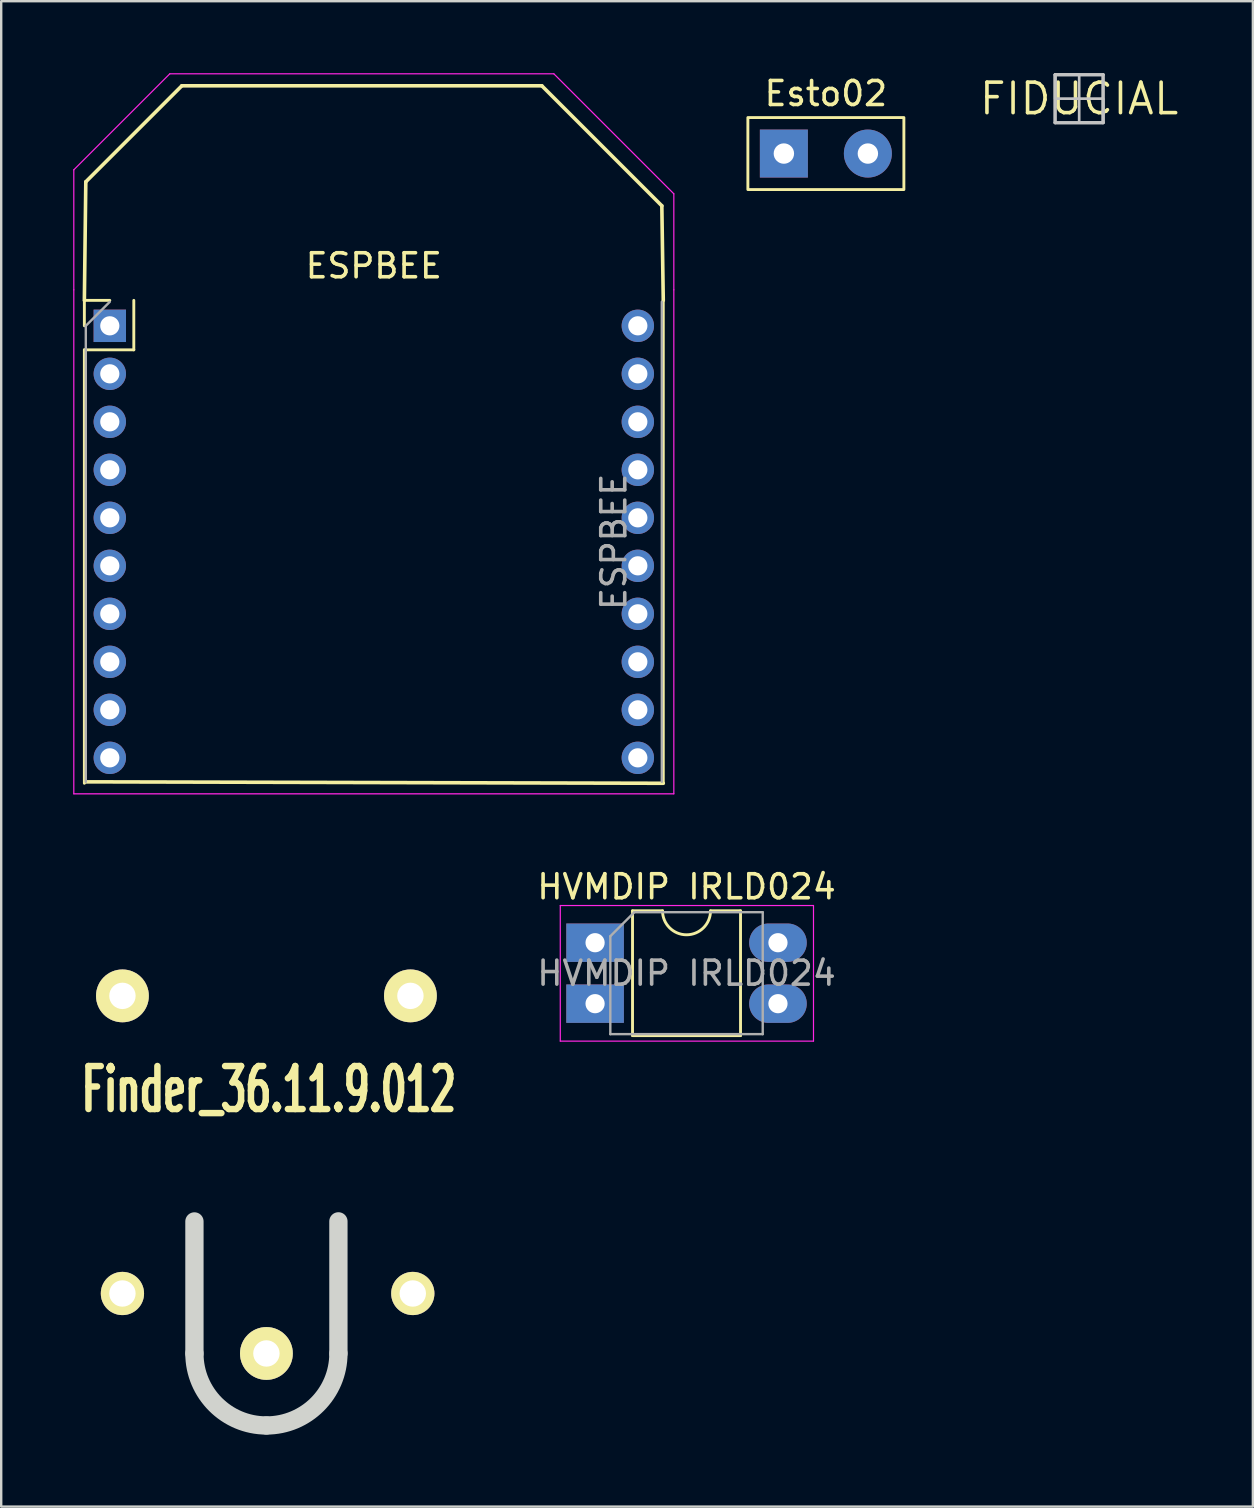
<source format=kicad_pcb>
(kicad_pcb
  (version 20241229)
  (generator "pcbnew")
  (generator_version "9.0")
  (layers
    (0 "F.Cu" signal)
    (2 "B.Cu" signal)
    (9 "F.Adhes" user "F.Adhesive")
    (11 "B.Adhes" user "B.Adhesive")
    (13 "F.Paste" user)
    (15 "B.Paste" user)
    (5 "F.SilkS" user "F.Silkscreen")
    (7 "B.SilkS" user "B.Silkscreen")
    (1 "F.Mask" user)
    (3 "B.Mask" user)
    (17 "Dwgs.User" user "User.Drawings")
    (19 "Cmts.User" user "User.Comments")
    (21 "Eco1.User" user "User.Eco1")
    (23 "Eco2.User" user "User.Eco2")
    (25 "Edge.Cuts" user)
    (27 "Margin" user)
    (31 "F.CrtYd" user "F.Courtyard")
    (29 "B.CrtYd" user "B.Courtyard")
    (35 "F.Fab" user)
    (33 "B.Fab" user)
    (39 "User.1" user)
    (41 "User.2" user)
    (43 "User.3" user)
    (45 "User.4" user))
  (footprint "Finder_36.11.9.012"
    (layer "F.Cu")
    (at 0.25 54.742)
    (property "Reference" "Finder_36.11.9.012" (at 7.899 -12.4 0) (layer "F.SilkS") (effects (font (size 1.791 1.077) (thickness 0.305))))
    (attr through_hole)
    (fp_line (start 0 -21.501) (end 15.4 -21.501) (stroke (width 0.381) (type solid)) (layer "B.Paste"))
    (fp_line (start 0 0) (end 0 -21.501) (stroke (width 0.381) (type solid)) (layer "B.Paste"))
    (fp_line (start 15.4 -21.501) (end 15.4 0) (stroke (width 0.381) (type solid)) (layer "B.Paste"))
    (fp_line (start 15.4 0) (end 0 0) (stroke (width 0.381) (type solid)) (layer "B.Paste"))
    (fp_line (start 4.801 -6.901) (end 4.801 -1.4) (stroke (width 0.762) (type solid)) (layer "Edge.Cuts"))
    (fp_line (start 10.8 -1.402) (end 10.8 -6.904) (stroke (width 0.762) (type solid)) (layer "Edge.Cuts"))
    (fp_arc (start 7.80034 1.6002) (mid 5.679204 0.721596) (end 4.8006 -1.39954) (stroke (width 0.762) (type solid)) (layer "Edge.Cuts"))
    (fp_arc (start 10.80008 -1.39954) (mid 9.921476 0.721596) (end 7.80034 1.6002) (stroke (width 0.762) (type solid)) (layer "Edge.Cuts"))
    (pad "1" thru_hole circle (at 1.801 -3.899) (size 1.801 1.801) (drill 1.1) (layers "*.Cu" "*.Mask" "F.SilkS"))
    (pad "2" thru_hole circle (at 13.899 -3.899) (size 1.801 1.801) (drill 1.1) (layers "*.Cu" "*.Mask" "F.SilkS"))
    (pad "3" thru_hole circle (at 7.8 -1.4) (size 2.2 2.2) (drill 1.1) (layers "*.Cu" "*.Mask" "F.SilkS"))
    (pad "4" thru_hole circle (at 1.801 -16.299) (size 2.2 2.2) (drill 1.1) (layers "*.Cu" "*.Mask" "F.SilkS"))
    (pad "5" thru_hole circle (at 13.8 -16.299) (size 2.2 2.2) (drill 1.1) (layers "*.Cu" "*.Mask" "F.SilkS")))
  (footprint "HVMDIP IRLD024"
    (layer "F.Cu")
    (at 21.744 36.228)
    (property "Reference" "HVMDIP IRLD024" (at 3.81 -2.33 0) (layer "F.SilkS") (effects (font (size 1 1) (thickness 0.15))))
    (attr through_hole)
    (fp_line (start 1.56 -1.33) (end 1.56 3.87) (stroke (width 0.12) (type solid)) (layer "F.SilkS"))
    (fp_line (start 1.56 3.87) (end 6.06 3.87) (stroke (width 0.12) (type solid)) (layer "F.SilkS"))
    (fp_line (start 2.81 -1.33) (end 1.56 -1.33) (stroke (width 0.12) (type solid)) (layer "F.SilkS"))
    (fp_line (start 6.06 -1.33) (end 4.81 -1.33) (stroke (width 0.12) (type solid)) (layer "F.SilkS"))
    (fp_line (start 6.06 3.87) (end 6.06 -1.33) (stroke (width 0.12) (type solid)) (layer "F.SilkS"))
    (fp_arc (start 4.81 -1.33) (mid 3.81 -0.33) (end 2.81 -1.33) (stroke (width 0.12) (type solid)) (layer "F.SilkS"))
    (fp_line (start -1.45 -1.55) (end -1.45 4.1) (stroke (width 0.05) (type solid)) (layer "F.CrtYd"))
    (fp_line (start -1.45 4.1) (end 9.1 4.1) (stroke (width 0.05) (type solid)) (layer "F.CrtYd"))
    (fp_line (start 9.1 -1.55) (end -1.45 -1.55) (stroke (width 0.05) (type solid)) (layer "F.CrtYd"))
    (fp_line (start 9.1 4.1) (end 9.1 -1.55) (stroke (width 0.05) (type solid)) (layer "F.CrtYd"))
    (fp_line (start 0.635 -0.27) (end 1.635 -1.27) (stroke (width 0.1) (type solid)) (layer "F.Fab"))
    (fp_line (start 0.635 3.81) (end 0.635 -0.27) (stroke (width 0.1) (type solid)) (layer "F.Fab"))
    (fp_line (start 1.635 -1.27) (end 6.985 -1.27) (stroke (width 0.1) (type solid)) (layer "F.Fab"))
    (fp_line (start 6.985 -1.27) (end 6.985 3.81) (stroke (width 0.1) (type solid)) (layer "F.Fab"))
    (fp_line (start 6.985 3.81) (end 0.635 3.81) (stroke (width 0.1) (type solid)) (layer "F.Fab"))
    (fp_text user "${REFERENCE}" (at 3.81 1.27 0) (layer "F.Fab") (effects (font (size 1 1) (thickness 0.15))))
    (pad "1" thru_hole oval (at 7.62 2.54) (size 2.4 1.6) (drill 0.8) (layers "*.Cu" "*.Mask"))
    (pad "2" thru_hole rect (at 0 0) (size 2.4 1.6) (drill 0.8) (layers "*.Cu" "*.Mask"))
    (pad "2" thru_hole rect (at 0 2.54) (size 2.4 1.6) (drill 0.8) (layers "*.Cu" "*.Mask"))
    (pad "3" thru_hole oval (at 7.62 0) (size 2.4 1.6) (drill 0.8) (layers "*.Cu" "*.Mask")))
  (footprint "ESPBEE"
    (layer "F.Cu")
    (at 1.525 10.525)
    (property "Reference" "ESPBEE" (at 11 -2.5 0) (layer "F.SilkS") (effects (font (size 1 1) (thickness 0.15))))
    (attr through_hole)
    (fp_line (start -1.06 -1.06) (end 0 -1.06) (stroke (width 0.12) (type solid)) (layer "F.SilkS"))
    (fp_line (start -1.06 0) (end -1.06 -1.06) (stroke (width 0.12) (type solid)) (layer "F.SilkS"))
    (fp_line (start -1.06 1) (end -1.06 19.06) (stroke (width 0.12) (type solid)) (layer "F.SilkS"))
    (fp_line (start -1.06 1) (end 1 1) (stroke (width 0.12) (type solid)) (layer "F.SilkS"))
    (fp_line (start -1 -6) (end -1.06 -1.06) (stroke (width 0.15) (type solid)) (layer "F.SilkS"))
    (fp_line (start -1 19) (end 23.06 19.06) (stroke (width 0.15) (type solid)) (layer "F.SilkS"))
    (fp_line (start 1 1) (end 1 -1.06) (stroke (width 0.12) (type solid)) (layer "F.SilkS"))
    (fp_line (start 3 -10) (end -1 -6) (stroke (width 0.15) (type solid)) (layer "F.SilkS"))
    (fp_line (start 18 -10) (end 3 -10) (stroke (width 0.15) (type solid)) (layer "F.SilkS"))
    (fp_line (start 23 -5) (end 18 -10) (stroke (width 0.15) (type solid)) (layer "F.SilkS"))
    (fp_line (start 23.06 -1.06) (end 23 -5) (stroke (width 0.15) (type solid)) (layer "F.SilkS"))
    (fp_line (start 23.06 -1.06) (end 23.06 19.06) (stroke (width 0.12) (type solid)) (layer "F.SilkS"))
    (fp_line (start -1.5 -6.5) (end 2.5 -10.5) (stroke (width 0.05) (type solid)) (layer "F.CrtYd"))
    (fp_line (start -1.5 -1.5) (end -1.5 -6.5) (stroke (width 0.05) (type solid)) (layer "F.CrtYd"))
    (fp_line (start -1.5 -1.5) (end -1.5 19.5) (stroke (width 0.05) (type solid)) (layer "F.CrtYd"))
    (fp_line (start 2.5 -10.5) (end 18.5 -10.5) (stroke (width 0.05) (type solid)) (layer "F.CrtYd"))
    (fp_line (start 18.5 -10.5) (end 23.5 -5.5) (stroke (width 0.05) (type solid)) (layer "F.CrtYd"))
    (fp_line (start 23.5 -5.5) (end 23.5 -1.5) (stroke (width 0.05) (type solid)) (layer "F.CrtYd"))
    (fp_line (start 23.5 19.5) (end -1.5 19.5) (stroke (width 0.05) (type solid)) (layer "F.CrtYd"))
    (fp_line (start 23.5 19.5) (end 23.5 -1.5) (stroke (width 0.05) (type solid)) (layer "F.CrtYd"))
    (fp_line (start -1 0) (end 0 -1) (stroke (width 0.1) (type solid)) (layer "F.Fab"))
    (fp_line (start -1 19) (end -1 0) (stroke (width 0.1) (type solid)) (layer "F.Fab"))
    (fp_line (start 23 -1) (end 23 19) (stroke (width 0.1) (type solid)) (layer "F.Fab"))
    (fp_text user "${REFERENCE}" (at 21 9 90) (layer "F.Fab") (effects (font (size 1 1) (thickness 0.15))))
    (pad "1" thru_hole rect (at 0 0) (size 1.35 1.35) (drill 0.8) (layers "*.Cu" "*.Mask"))
    (pad "2" thru_hole oval (at 0 2) (size 1.35 1.35) (drill 0.8) (layers "*.Cu" "*.Mask"))
    (pad "3" thru_hole oval (at 0 4) (size 1.35 1.35) (drill 0.8) (layers "*.Cu" "*.Mask"))
    (pad "4" thru_hole oval (at 0 6) (size 1.35 1.35) (drill 0.8) (layers "*.Cu" "*.Mask"))
    (pad "5" thru_hole oval (at 0 8) (size 1.35 1.35) (drill 0.8) (layers "*.Cu" "*.Mask"))
    (pad "6" thru_hole oval (at 0 10) (size 1.35 1.35) (drill 0.8) (layers "*.Cu" "*.Mask"))
    (pad "7" thru_hole oval (at 0 12) (size 1.35 1.35) (drill 0.8) (layers "*.Cu" "*.Mask"))
    (pad "8" thru_hole oval (at 0 14) (size 1.35 1.35) (drill 0.8) (layers "*.Cu" "*.Mask"))
    (pad "9" thru_hole oval (at 0 16) (size 1.35 1.35) (drill 0.8) (layers "*.Cu" "*.Mask"))
    (pad "10" thru_hole oval (at 0 18) (size 1.35 1.35) (drill 0.8) (layers "*.Cu" "*.Mask"))
    (pad "11" thru_hole oval (at 22 18) (size 1.35 1.35) (drill 0.8) (layers "*.Cu" "*.Mask"))
    (pad "12" thru_hole oval (at 22 16) (size 1.35 1.35) (drill 0.8) (layers "*.Cu" "*.Mask"))
    (pad "13" thru_hole oval (at 22 14) (size 1.35 1.35) (drill 0.8) (layers "*.Cu" "*.Mask"))
    (pad "14" thru_hole oval (at 22 12) (size 1.35 1.35) (drill 0.8) (layers "*.Cu" "*.Mask"))
    (pad "15" thru_hole oval (at 22 10) (size 1.35 1.35) (drill 0.8) (layers "*.Cu" "*.Mask"))
    (pad "16" thru_hole oval (at 22 8) (size 1.35 1.35) (drill 0.8) (layers "*.Cu" "*.Mask"))
    (pad "17" thru_hole oval (at 22 6) (size 1.35 1.35) (drill 0.8) (layers "*.Cu" "*.Mask"))
    (pad "18" thru_hole oval (at 22 4) (size 1.35 1.35) (drill 0.8) (layers "*.Cu" "*.Mask"))
    (pad "19" thru_hole oval (at 22 2) (size 1.35 1.35) (drill 0.8) (layers "*.Cu" "*.Mask"))
    (pad "20" thru_hole oval (at 22 0) (size 1.35 1.35) (drill 0.8) (layers "*.Cu" "*.Mask")))
  (footprint "FIDUCIAL"
    (layer "F.Cu")
    (at 41.911 1.063)
    (property "Reference" "FIDUCIAL" (at 0 0 0) (layer "F.SilkS") (effects (font (size 1.27 1.27) (thickness 0.15))))
    (attr through_hole)
    (fp_line (start -1 -1) (end -1 1) (stroke (width 0.127) (type solid)) (layer "Dwgs.User"))
    (fp_line (start -1 -1) (end -1 1) (stroke (width 0.127) (type solid)) (layer "Dwgs.User"))
    (fp_line (start -1 1) (end 1 1) (stroke (width 0.127) (type solid)) (layer "Dwgs.User"))
    (fp_line (start -1 1) (end 1 1) (stroke (width 0.127) (type solid)) (layer "Dwgs.User"))
    (fp_line (start 1 -1) (end -1 -1) (stroke (width 0.127) (type solid)) (layer "Dwgs.User"))
    (fp_line (start 1 -1) (end -1 -1) (stroke (width 0.127) (type solid)) (layer "Dwgs.User"))
    (fp_line (start 1 1) (end 1 -1) (stroke (width 0.127) (type solid)) (layer "Dwgs.User"))
    (fp_line (start 1 1) (end 1 -1) (stroke (width 0.127) (type solid)) (layer "Dwgs.User"))
    (fp_poly (pts (xy -1 0) (xy 0 0) (xy 0 -1) (xy -1 -1)) (stroke (width 0.1) (type solid)) (fill no) (layer "Dwgs.User"))
    (fp_poly (pts (xy -1 0) (xy 0 0) (xy 0 -1) (xy -1 -1)) (stroke (width 0.1) (type solid)) (fill no) (layer "Dwgs.User"))
    (fp_poly (pts (xy 0 1) (xy 1 1) (xy 1 0) (xy 0 0)) (stroke (width 0.1) (type solid)) (fill no) (layer "Dwgs.User"))
    (fp_poly (pts (xy 0 1) (xy 1 1) (xy 1 0) (xy 0 0)) (stroke (width 0.1) (type solid)) (fill no) (layer "Dwgs.User")))
  (footprint "Esto02"
    (layer "F.Cu")
    (at 31.36 3.348)
    (property "Reference" "Esto02" (at 0 -2.5 0) (unlocked yes) (layer "F.SilkS") (effects (font (size 1 1) (thickness 0.15))))
    (attr through_hole)
    (fp_rect (start -3.25 -1.5) (end 3.25 1.5) (stroke (width 0.12) (type solid)) (fill no) (layer "F.SilkS"))
    (pad "1" thru_hole rect (at -1.75 0) (size 2 2) (drill 0.85) (layers "*.Cu" "*.Mask"))
    (pad "2" thru_hole circle (at 1.75 0) (size 2 2) (drill 0.85) (layers "*.Cu" "*.Mask")))
  (gr_rect
    (start -3 -3)
    (end 49.151 59.723)
    (stroke (width 0.1) (type default))
    (fill no)
    (layer "Edge.Cuts")))
</source>
